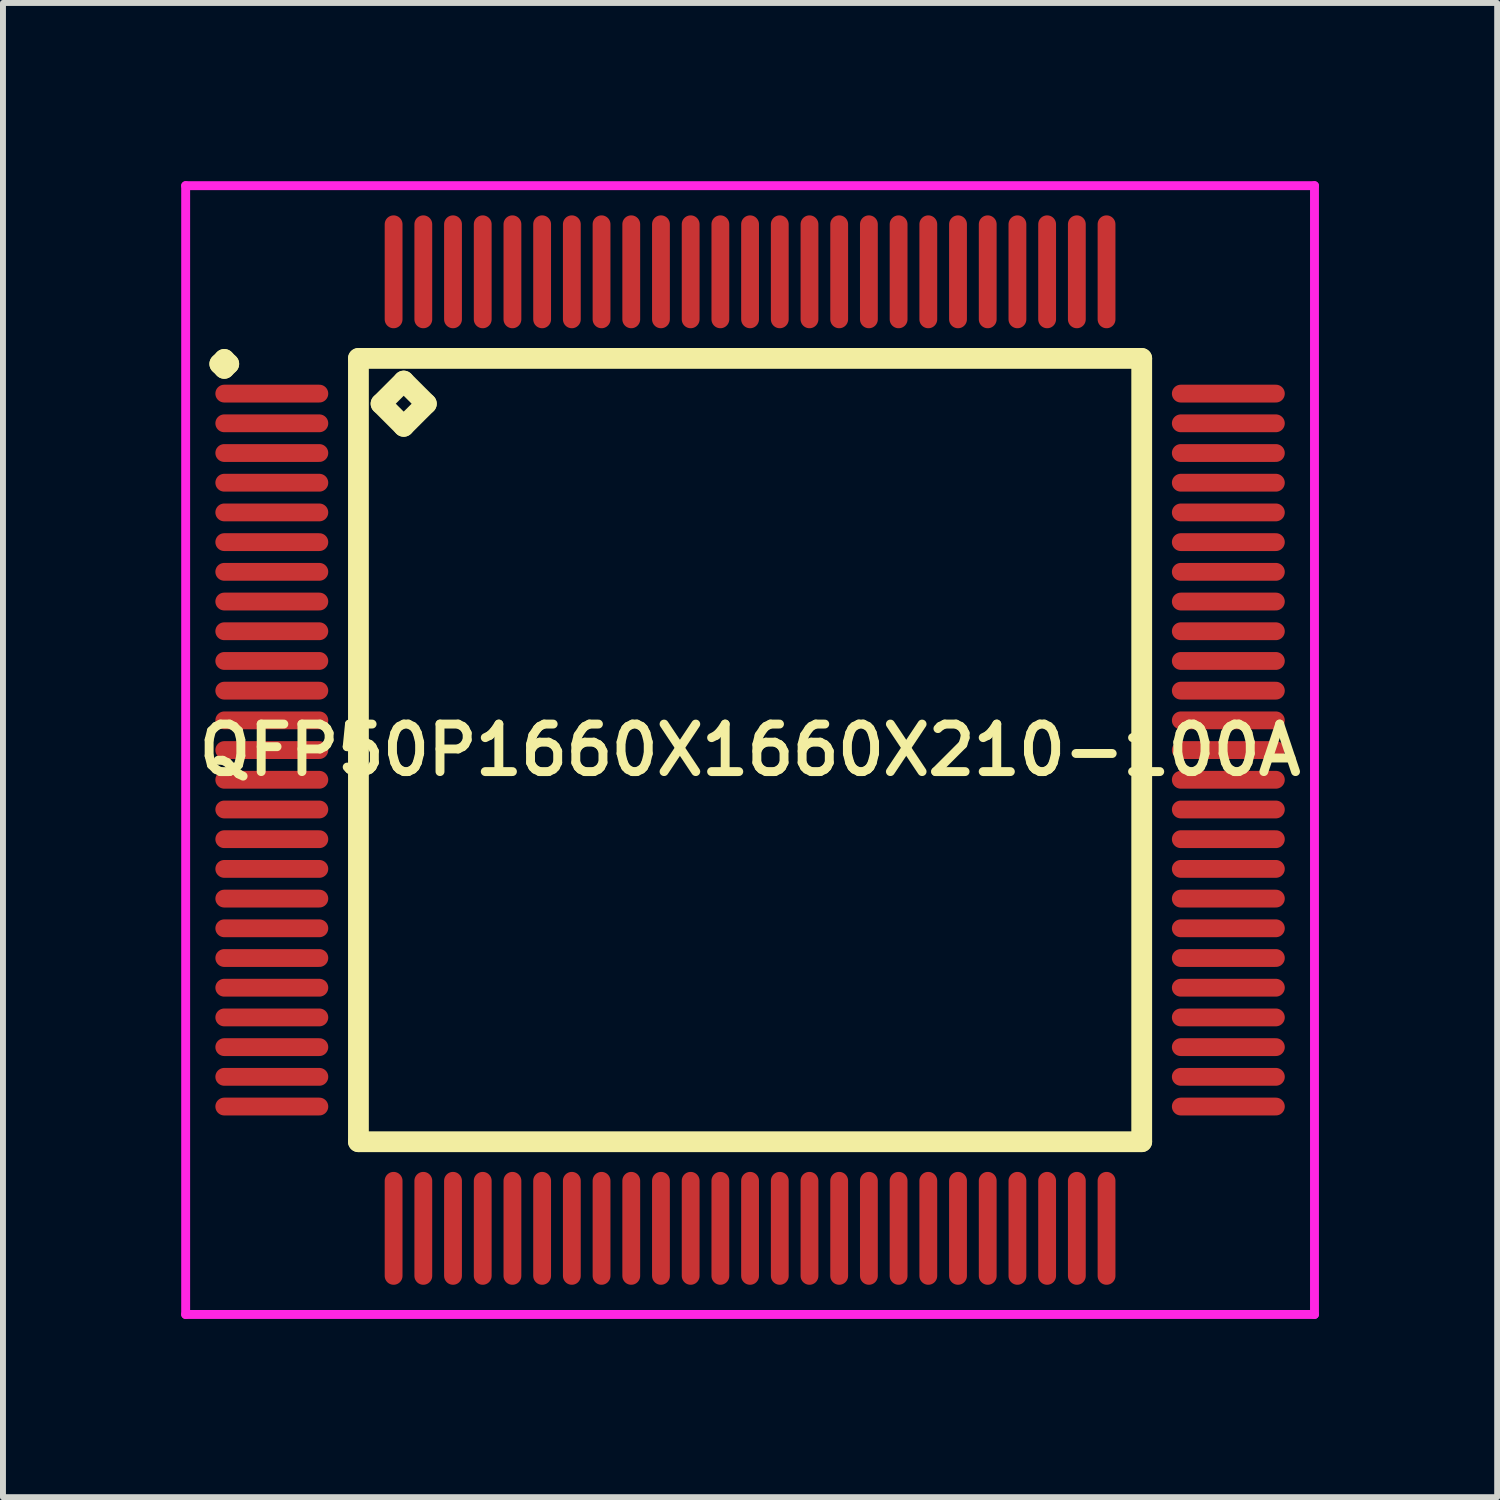
<source format=kicad_pcb>
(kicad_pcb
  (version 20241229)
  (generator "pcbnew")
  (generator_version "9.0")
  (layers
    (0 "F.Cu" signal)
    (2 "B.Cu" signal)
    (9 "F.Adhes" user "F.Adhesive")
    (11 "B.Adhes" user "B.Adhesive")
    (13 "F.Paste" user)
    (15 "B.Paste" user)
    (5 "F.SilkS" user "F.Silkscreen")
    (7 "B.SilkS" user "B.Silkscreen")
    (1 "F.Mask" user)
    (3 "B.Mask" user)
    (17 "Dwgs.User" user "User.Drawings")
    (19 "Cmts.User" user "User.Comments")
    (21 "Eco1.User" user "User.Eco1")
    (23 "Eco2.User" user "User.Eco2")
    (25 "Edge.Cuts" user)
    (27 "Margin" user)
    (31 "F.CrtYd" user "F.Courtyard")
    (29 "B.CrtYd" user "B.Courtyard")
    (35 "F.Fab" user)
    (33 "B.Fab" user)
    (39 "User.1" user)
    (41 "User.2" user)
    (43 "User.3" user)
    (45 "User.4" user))
  (footprint "QFP50P1660X1660X210-100A"
    (layer "F.Cu")
    (at 9.575 9.575)
    (property "Reference" "QFP50P1660X1660X210-100A" (at 0 0 0) (layer "F.SilkS") (effects (font (size 0.8 0.8) (thickness 0.15))))
    (attr smd)
    (fp_line (start -8.925 -6.5) (end -8.85 -6.575) (stroke (width 0.35) (type solid)) (layer "F.SilkS"))
    (fp_line (start -8.85 -6.575) (end -8.775 -6.5) (stroke (width 0.35) (type solid)) (layer "F.SilkS"))
    (fp_line (start -8.85 -6.425) (end -8.925 -6.5) (stroke (width 0.35) (type solid)) (layer "F.SilkS"))
    (fp_line (start -8.775 -6.5) (end -8.85 -6.425) (stroke (width 0.35) (type solid)) (layer "F.SilkS"))
    (fp_line (start -6.592 -6.592) (end -6.592 6.592) (stroke (width 0.35) (type solid)) (layer "F.SilkS"))
    (fp_line (start -6.592 6.592) (end 6.592 6.592) (stroke (width 0.35) (type solid)) (layer "F.SilkS"))
    (fp_line (start -6.211 -5.83) (end -5.83 -6.211) (stroke (width 0.35) (type solid)) (layer "F.SilkS"))
    (fp_line (start -5.83 -6.211) (end -5.449 -5.83) (stroke (width 0.35) (type solid)) (layer "F.SilkS"))
    (fp_line (start -5.83 -5.449) (end -6.211 -5.83) (stroke (width 0.35) (type solid)) (layer "F.SilkS"))
    (fp_line (start -5.449 -5.83) (end -5.83 -5.449) (stroke (width 0.35) (type solid)) (layer "F.SilkS"))
    (fp_line (start 6.592 -6.592) (end -6.592 -6.592) (stroke (width 0.35) (type solid)) (layer "F.SilkS"))
    (fp_line (start 6.592 6.592) (end 6.592 -6.592) (stroke (width 0.35) (type solid)) (layer "F.SilkS"))
    (fp_line (start -9.5 -9.5) (end 9.5 -9.5) (stroke (width 0.15) (type solid)) (layer "F.CrtYd"))
    (fp_line (start -9.5 9.5) (end -9.5 -9.5) (stroke (width 0.15) (type solid)) (layer "F.CrtYd"))
    (fp_line (start 9.5 -9.5) (end 9.5 9.5) (stroke (width 0.15) (type solid)) (layer "F.CrtYd"))
    (fp_line (start 9.5 9.5) (end -9.5 9.5) (stroke (width 0.15) (type solid)) (layer "F.CrtYd"))
    (pad "1" smd oval (at -8.05 -6) (size 1.9 0.3) (layers "F.Cu" "F.Mask" "F.Paste"))
    (pad "2" smd oval (at -8.05 -5.5) (size 1.9 0.3) (layers "F.Cu" "F.Mask" "F.Paste"))
    (pad "3" smd oval (at -8.05 -5) (size 1.9 0.3) (layers "F.Cu" "F.Mask" "F.Paste"))
    (pad "4" smd oval (at -8.05 -4.5) (size 1.9 0.3) (layers "F.Cu" "F.Mask" "F.Paste"))
    (pad "5" smd oval (at -8.05 -4) (size 1.9 0.3) (layers "F.Cu" "F.Mask" "F.Paste"))
    (pad "6" smd oval (at -8.05 -3.5) (size 1.9 0.3) (layers "F.Cu" "F.Mask" "F.Paste"))
    (pad "7" smd oval (at -8.05 -3) (size 1.9 0.3) (layers "F.Cu" "F.Mask" "F.Paste"))
    (pad "8" smd oval (at -8.05 -2.5) (size 1.9 0.3) (layers "F.Cu" "F.Mask" "F.Paste"))
    (pad "9" smd oval (at -8.05 -2) (size 1.9 0.3) (layers "F.Cu" "F.Mask" "F.Paste"))
    (pad "10" smd oval (at -8.05 -1.5) (size 1.9 0.3) (layers "F.Cu" "F.Mask" "F.Paste"))
    (pad "11" smd oval (at -8.05 -1) (size 1.9 0.3) (layers "F.Cu" "F.Mask" "F.Paste"))
    (pad "12" smd oval (at -8.05 -0.5) (size 1.9 0.3) (layers "F.Cu" "F.Mask" "F.Paste"))
    (pad "13" smd oval (at -8.05 0) (size 1.9 0.3) (layers "F.Cu" "F.Mask" "F.Paste"))
    (pad "14" smd oval (at -8.05 0.5) (size 1.9 0.3) (layers "F.Cu" "F.Mask" "F.Paste"))
    (pad "15" smd oval (at -8.05 1) (size 1.9 0.3) (layers "F.Cu" "F.Mask" "F.Paste"))
    (pad "16" smd oval (at -8.05 1.5) (size 1.9 0.3) (layers "F.Cu" "F.Mask" "F.Paste"))
    (pad "17" smd oval (at -8.05 2) (size 1.9 0.3) (layers "F.Cu" "F.Mask" "F.Paste"))
    (pad "18" smd oval (at -8.05 2.5) (size 1.9 0.3) (layers "F.Cu" "F.Mask" "F.Paste"))
    (pad "19" smd oval (at -8.05 3) (size 1.9 0.3) (layers "F.Cu" "F.Mask" "F.Paste"))
    (pad "20" smd oval (at -8.05 3.5) (size 1.9 0.3) (layers "F.Cu" "F.Mask" "F.Paste"))
    (pad "21" smd oval (at -8.05 4) (size 1.9 0.3) (layers "F.Cu" "F.Mask" "F.Paste"))
    (pad "22" smd oval (at -8.05 4.5) (size 1.9 0.3) (layers "F.Cu" "F.Mask" "F.Paste"))
    (pad "23" smd oval (at -8.05 5) (size 1.9 0.3) (layers "F.Cu" "F.Mask" "F.Paste"))
    (pad "24" smd oval (at -8.05 5.5) (size 1.9 0.3) (layers "F.Cu" "F.Mask" "F.Paste"))
    (pad "25" smd oval (at -8.05 6) (size 1.9 0.3) (layers "F.Cu" "F.Mask" "F.Paste"))
    (pad "26" smd oval (at -6 8.05) (size 0.3 1.9) (layers "F.Cu" "F.Mask" "F.Paste"))
    (pad "27" smd oval (at -5.5 8.05) (size 0.3 1.9) (layers "F.Cu" "F.Mask" "F.Paste"))
    (pad "28" smd oval (at -5 8.05) (size 0.3 1.9) (layers "F.Cu" "F.Mask" "F.Paste"))
    (pad "29" smd oval (at -4.5 8.05) (size 0.3 1.9) (layers "F.Cu" "F.Mask" "F.Paste"))
    (pad "30" smd oval (at -4 8.05) (size 0.3 1.9) (layers "F.Cu" "F.Mask" "F.Paste"))
    (pad "31" smd oval (at -3.5 8.05) (size 0.3 1.9) (layers "F.Cu" "F.Mask" "F.Paste"))
    (pad "32" smd oval (at -3 8.05) (size 0.3 1.9) (layers "F.Cu" "F.Mask" "F.Paste"))
    (pad "33" smd oval (at -2.5 8.05) (size 0.3 1.9) (layers "F.Cu" "F.Mask" "F.Paste"))
    (pad "34" smd oval (at -2 8.05) (size 0.3 1.9) (layers "F.Cu" "F.Mask" "F.Paste"))
    (pad "35" smd oval (at -1.5 8.05) (size 0.3 1.9) (layers "F.Cu" "F.Mask" "F.Paste"))
    (pad "36" smd oval (at -1 8.05) (size 0.3 1.9) (layers "F.Cu" "F.Mask" "F.Paste"))
    (pad "37" smd oval (at -0.5 8.05) (size 0.3 1.9) (layers "F.Cu" "F.Mask" "F.Paste"))
    (pad "38" smd oval (at 0 8.05) (size 0.3 1.9) (layers "F.Cu" "F.Mask" "F.Paste"))
    (pad "39" smd oval (at 0.5 8.05) (size 0.3 1.9) (layers "F.Cu" "F.Mask" "F.Paste"))
    (pad "40" smd oval (at 1 8.05) (size 0.3 1.9) (layers "F.Cu" "F.Mask" "F.Paste"))
    (pad "41" smd oval (at 1.5 8.05) (size 0.3 1.9) (layers "F.Cu" "F.Mask" "F.Paste"))
    (pad "42" smd oval (at 2 8.05) (size 0.3 1.9) (layers "F.Cu" "F.Mask" "F.Paste"))
    (pad "43" smd oval (at 2.5 8.05) (size 0.3 1.9) (layers "F.Cu" "F.Mask" "F.Paste"))
    (pad "44" smd oval (at 3 8.05) (size 0.3 1.9) (layers "F.Cu" "F.Mask" "F.Paste"))
    (pad "45" smd oval (at 3.5 8.05) (size 0.3 1.9) (layers "F.Cu" "F.Mask" "F.Paste"))
    (pad "46" smd oval (at 4 8.05) (size 0.3 1.9) (layers "F.Cu" "F.Mask" "F.Paste"))
    (pad "47" smd oval (at 4.5 8.05) (size 0.3 1.9) (layers "F.Cu" "F.Mask" "F.Paste"))
    (pad "48" smd oval (at 5 8.05) (size 0.3 1.9) (layers "F.Cu" "F.Mask" "F.Paste"))
    (pad "49" smd oval (at 5.5 8.05) (size 0.3 1.9) (layers "F.Cu" "F.Mask" "F.Paste"))
    (pad "50" smd oval (at 6 8.05) (size 0.3 1.9) (layers "F.Cu" "F.Mask" "F.Paste"))
    (pad "51" smd oval (at 8.05 6) (size 1.9 0.3) (layers "F.Cu" "F.Mask" "F.Paste"))
    (pad "52" smd oval (at 8.05 5.5) (size 1.9 0.3) (layers "F.Cu" "F.Mask" "F.Paste"))
    (pad "53" smd oval (at 8.05 5) (size 1.9 0.3) (layers "F.Cu" "F.Mask" "F.Paste"))
    (pad "54" smd oval (at 8.05 4.5) (size 1.9 0.3) (layers "F.Cu" "F.Mask" "F.Paste"))
    (pad "55" smd oval (at 8.05 4) (size 1.9 0.3) (layers "F.Cu" "F.Mask" "F.Paste"))
    (pad "56" smd oval (at 8.05 3.5) (size 1.9 0.3) (layers "F.Cu" "F.Mask" "F.Paste"))
    (pad "57" smd oval (at 8.05 3) (size 1.9 0.3) (layers "F.Cu" "F.Mask" "F.Paste"))
    (pad "58" smd oval (at 8.05 2.5) (size 1.9 0.3) (layers "F.Cu" "F.Mask" "F.Paste"))
    (pad "59" smd oval (at 8.05 2) (size 1.9 0.3) (layers "F.Cu" "F.Mask" "F.Paste"))
    (pad "60" smd oval (at 8.05 1.5) (size 1.9 0.3) (layers "F.Cu" "F.Mask" "F.Paste"))
    (pad "61" smd oval (at 8.05 1) (size 1.9 0.3) (layers "F.Cu" "F.Mask" "F.Paste"))
    (pad "62" smd oval (at 8.05 0.5) (size 1.9 0.3) (layers "F.Cu" "F.Mask" "F.Paste"))
    (pad "63" smd oval (at 8.05 0) (size 1.9 0.3) (layers "F.Cu" "F.Mask" "F.Paste"))
    (pad "64" smd oval (at 8.05 -0.5) (size 1.9 0.3) (layers "F.Cu" "F.Mask" "F.Paste"))
    (pad "65" smd oval (at 8.05 -1) (size 1.9 0.3) (layers "F.Cu" "F.Mask" "F.Paste"))
    (pad "66" smd oval (at 8.05 -1.5) (size 1.9 0.3) (layers "F.Cu" "F.Mask" "F.Paste"))
    (pad "67" smd oval (at 8.05 -2) (size 1.9 0.3) (layers "F.Cu" "F.Mask" "F.Paste"))
    (pad "68" smd oval (at 8.05 -2.5) (size 1.9 0.3) (layers "F.Cu" "F.Mask" "F.Paste"))
    (pad "69" smd oval (at 8.05 -3) (size 1.9 0.3) (layers "F.Cu" "F.Mask" "F.Paste"))
    (pad "70" smd oval (at 8.05 -3.5) (size 1.9 0.3) (layers "F.Cu" "F.Mask" "F.Paste"))
    (pad "71" smd oval (at 8.05 -4) (size 1.9 0.3) (layers "F.Cu" "F.Mask" "F.Paste"))
    (pad "72" smd oval (at 8.05 -4.5) (size 1.9 0.3) (layers "F.Cu" "F.Mask" "F.Paste"))
    (pad "73" smd oval (at 8.05 -5) (size 1.9 0.3) (layers "F.Cu" "F.Mask" "F.Paste"))
    (pad "74" smd oval (at 8.05 -5.5) (size 1.9 0.3) (layers "F.Cu" "F.Mask" "F.Paste"))
    (pad "75" smd oval (at 8.05 -6) (size 1.9 0.3) (layers "F.Cu" "F.Mask" "F.Paste"))
    (pad "76" smd oval (at 6 -8.05) (size 0.3 1.9) (layers "F.Cu" "F.Mask" "F.Paste"))
    (pad "77" smd oval (at 5.5 -8.05) (size 0.3 1.9) (layers "F.Cu" "F.Mask" "F.Paste"))
    (pad "78" smd oval (at 5 -8.05) (size 0.3 1.9) (layers "F.Cu" "F.Mask" "F.Paste"))
    (pad "79" smd oval (at 4.5 -8.05) (size 0.3 1.9) (layers "F.Cu" "F.Mask" "F.Paste"))
    (pad "80" smd oval (at 4 -8.05) (size 0.3 1.9) (layers "F.Cu" "F.Mask" "F.Paste"))
    (pad "81" smd oval (at 3.5 -8.05) (size 0.3 1.9) (layers "F.Cu" "F.Mask" "F.Paste"))
    (pad "82" smd oval (at 3 -8.05) (size 0.3 1.9) (layers "F.Cu" "F.Mask" "F.Paste"))
    (pad "83" smd oval (at 2.5 -8.05) (size 0.3 1.9) (layers "F.Cu" "F.Mask" "F.Paste"))
    (pad "84" smd oval (at 2 -8.05) (size 0.3 1.9) (layers "F.Cu" "F.Mask" "F.Paste"))
    (pad "85" smd oval (at 1.5 -8.05) (size 0.3 1.9) (layers "F.Cu" "F.Mask" "F.Paste"))
    (pad "86" smd oval (at 1 -8.05) (size 0.3 1.9) (layers "F.Cu" "F.Mask" "F.Paste"))
    (pad "87" smd oval (at 0.5 -8.05) (size 0.3 1.9) (layers "F.Cu" "F.Mask" "F.Paste"))
    (pad "88" smd oval (at 0 -8.05) (size 0.3 1.9) (layers "F.Cu" "F.Mask" "F.Paste"))
    (pad "89" smd oval (at -0.5 -8.05) (size 0.3 1.9) (layers "F.Cu" "F.Mask" "F.Paste"))
    (pad "90" smd oval (at -1 -8.05) (size 0.3 1.9) (layers "F.Cu" "F.Mask" "F.Paste"))
    (pad "91" smd oval (at -1.5 -8.05) (size 0.3 1.9) (layers "F.Cu" "F.Mask" "F.Paste"))
    (pad "92" smd oval (at -2 -8.05) (size 0.3 1.9) (layers "F.Cu" "F.Mask" "F.Paste"))
    (pad "93" smd oval (at -2.5 -8.05) (size 0.3 1.9) (layers "F.Cu" "F.Mask" "F.Paste"))
    (pad "94" smd oval (at -3 -8.05) (size 0.3 1.9) (layers "F.Cu" "F.Mask" "F.Paste"))
    (pad "95" smd oval (at -3.5 -8.05) (size 0.3 1.9) (layers "F.Cu" "F.Mask" "F.Paste"))
    (pad "96" smd oval (at -4 -8.05) (size 0.3 1.9) (layers "F.Cu" "F.Mask" "F.Paste"))
    (pad "97" smd oval (at -4.5 -8.05) (size 0.3 1.9) (layers "F.Cu" "F.Mask" "F.Paste"))
    (pad "98" smd oval (at -5 -8.05) (size 0.3 1.9) (layers "F.Cu" "F.Mask" "F.Paste"))
    (pad "99" smd oval (at -5.5 -8.05) (size 0.3 1.9) (layers "F.Cu" "F.Mask" "F.Paste"))
    (pad "100" smd oval (at -6 -8.05) (size 0.3 1.9) (layers "F.Cu" "F.Mask" "F.Paste")))
  (gr_rect
    (start -3 -3)
    (end 22.15 22.15)
    (stroke (width 0.1) (type default))
    (fill no)
    (layer "Edge.Cuts")))
</source>
